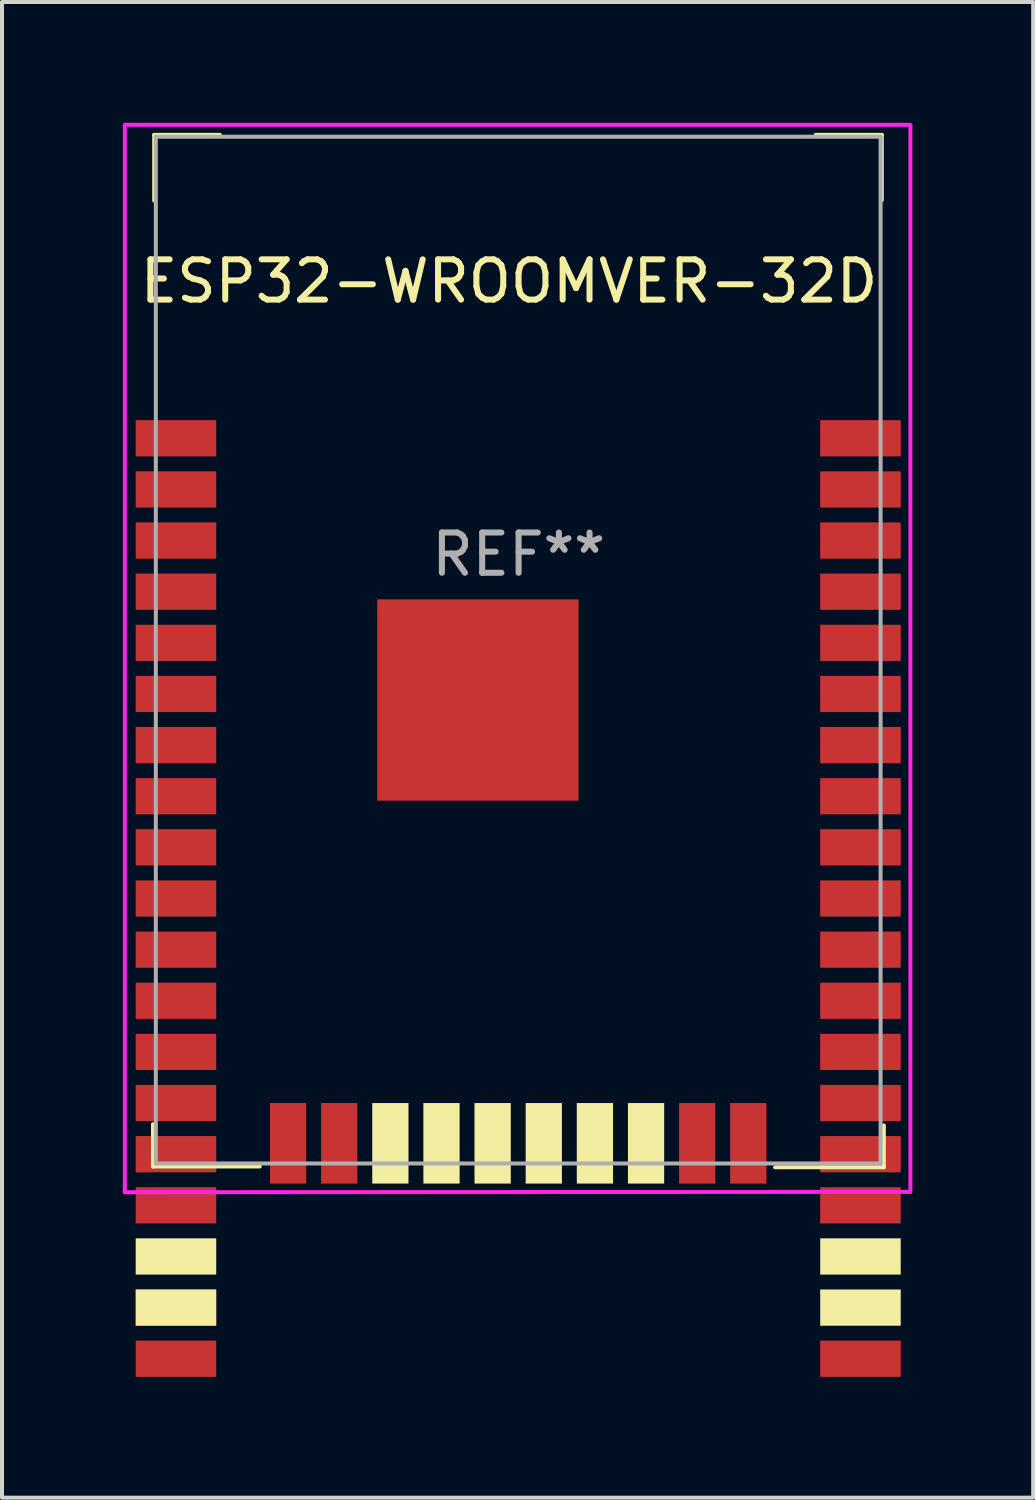
<source format=kicad_pcb>
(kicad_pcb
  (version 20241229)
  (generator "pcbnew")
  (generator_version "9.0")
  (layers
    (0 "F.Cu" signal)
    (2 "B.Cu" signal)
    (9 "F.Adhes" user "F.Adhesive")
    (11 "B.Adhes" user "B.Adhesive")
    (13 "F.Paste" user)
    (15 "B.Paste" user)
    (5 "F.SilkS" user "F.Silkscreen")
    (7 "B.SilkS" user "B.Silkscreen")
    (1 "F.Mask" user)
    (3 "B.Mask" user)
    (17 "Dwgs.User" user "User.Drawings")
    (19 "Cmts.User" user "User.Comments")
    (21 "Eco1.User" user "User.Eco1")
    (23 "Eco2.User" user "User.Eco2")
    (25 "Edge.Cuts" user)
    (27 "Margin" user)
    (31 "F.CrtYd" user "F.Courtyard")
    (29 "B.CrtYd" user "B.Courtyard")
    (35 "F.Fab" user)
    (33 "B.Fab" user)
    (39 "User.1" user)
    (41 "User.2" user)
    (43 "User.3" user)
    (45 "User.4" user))
  (footprint "ESP32-WROOMVER-32D"
    (layer "F.Cu")
    (at 9.82 16.09)
    (property "Reference" "ESP32-WROOMVER-32D" (at -0.229 -12.154 0) (layer "F.SilkS") (effects (font (size 1 1) (thickness 0.15))))
    (attr through_hole)
    (fp_line (start -9.07 8.78) (end -9.07 9.83) (stroke (width 0.1) (type solid)) (layer "F.SilkS"))
    (fp_line (start -9.07 9.83) (end -6.42 9.83) (stroke (width 0.1) (type solid)) (layer "F.SilkS"))
    (fp_line (start -9.04 -15.79) (end -7.41 -15.79) (stroke (width 0.1) (type solid)) (layer "F.SilkS"))
    (fp_line (start -9.04 -14.16) (end -9.04 -15.79) (stroke (width 0.1) (type solid)) (layer "F.SilkS"))
    (fp_line (start 9.03 -15.79) (end 7.39 -15.79) (stroke (width 0.1) (type solid)) (layer "F.SilkS"))
    (fp_line (start 9.03 -14.17) (end 9.03 -15.79) (stroke (width 0.1) (type solid)) (layer "F.SilkS"))
    (fp_line (start 9.08 8.81) (end 9.08 9.85) (stroke (width 0.1) (type solid)) (layer "F.SilkS"))
    (fp_line (start 9.08 9.85) (end 6.38 9.85) (stroke (width 0.1) (type solid)) (layer "F.SilkS"))
    (fp_line (start -9.77 -16.04) (end -9.77 10.47) (stroke (width 0.1) (type solid)) (layer "F.CrtYd"))
    (fp_line (start -9.77 10.47) (end 9.73 10.46) (stroke (width 0.1) (type solid)) (layer "F.CrtYd"))
    (fp_line (start 9.74 -16.04) (end -9.74 -16.04) (stroke (width 0.1) (type solid)) (layer "F.CrtYd"))
    (fp_line (start 9.74 10.46) (end 9.74 -16.02) (stroke (width 0.1) (type solid)) (layer "F.CrtYd"))
    (fp_line (start -9 -15.748) (end -9 9.755) (stroke (width 0.1) (type solid)) (layer "F.Fab"))
    (fp_line (start -9 -15.745) (end 9 -15.745) (stroke (width 0.1) (type solid)) (layer "F.Fab"))
    (fp_line (start -9 9.755) (end 9 9.755) (stroke (width 0.1) (type solid)) (layer "F.Fab"))
    (fp_line (start 9 -15.748) (end 9 9.755) (stroke (width 0.1) (type solid)) (layer "F.Fab"))
    (fp_text user "REF**" (at 0.01 -5.37 0) (layer "F.Fab") (effects (font (size 1 1) (thickness 0.15))))
    (pad "" smd rect (at -8.5 12.065) (size 2 0.9) (layers "F.SilkS"))
    (pad "" smd rect (at -3.175 9.255 90) (size 2 0.9) (layers "F.SilkS"))
    (pad "" smd rect (at -1.905 9.255 90) (size 2 0.9) (layers "F.SilkS"))
    (pad "" smd rect (at -0.635 9.255 90) (size 2 0.9) (layers "F.SilkS"))
    (pad "" smd rect (at 0.635 9.255 90) (size 2 0.9) (layers "F.SilkS"))
    (pad "" smd rect (at 1.905 9.255 90) (size 2 0.9) (layers "F.SilkS"))
    (pad "" smd rect (at 3.175 9.255 90) (size 2 0.9) (layers "F.SilkS"))
    (pad "" smd rect (at 8.5 12.065) (size 2 0.9) (layers "F.SilkS"))
    (pad "" smd rect (at 8.5 13.335) (size 2 0.9) (layers "F.SilkS"))
    (pad "1" smd rect (at -8.5 -8.255) (size 2 0.9) (layers "F.Cu" "F.Mask" "F.Paste"))
    (pad "2" smd rect (at -8.5 -6.985) (size 2 0.9) (layers "F.Cu" "F.Mask" "F.Paste"))
    (pad "3" smd rect (at -8.5 -5.715) (size 2 0.9) (layers "F.Cu" "F.Mask" "F.Paste"))
    (pad "4" smd rect (at -8.5 -4.445) (size 2 0.9) (layers "F.Cu" "F.Mask" "F.Paste"))
    (pad "5" smd rect (at -8.5 -3.175) (size 2 0.9) (layers "F.Cu" "F.Mask" "F.Paste"))
    (pad "6" smd rect (at -8.5 -1.905) (size 2 0.9) (layers "F.Cu" "F.Mask" "F.Paste"))
    (pad "7" smd rect (at -8.5 -0.635) (size 2 0.9) (layers "F.Cu" "F.Mask" "F.Paste"))
    (pad "8" smd rect (at -8.5 0.635) (size 2 0.9) (layers "F.Cu" "F.Mask" "F.Paste"))
    (pad "9" smd rect (at -8.5 1.905) (size 2 0.9) (layers "F.Cu" "F.Mask" "F.Paste"))
    (pad "10" smd rect (at -8.5 3.175) (size 2 0.9) (layers "F.Cu" "F.Mask" "F.Paste"))
    (pad "11" smd rect (at -8.5 4.445) (size 2 0.9) (layers "F.Cu" "F.Mask" "F.Paste"))
    (pad "12" smd rect (at -8.5 5.715) (size 2 0.9) (layers "F.Cu" "F.Mask" "F.Paste"))
    (pad "13" smd rect (at -8.5 6.985) (size 2 0.9) (layers "F.Cu" "F.Mask" "F.Paste"))
    (pad "13" smd rect (at -8.5 13.335) (size 2 0.9) (layers "F.Cu" "F.SilkS"))
    (pad "14" smd rect (at -8.5 8.255) (size 2 0.9) (layers "F.Cu" "F.Mask" "F.Paste"))
    (pad "15" smd rect (at -8.5 9.525) (size 2 0.9) (layers "F.Cu" "F.Mask" "F.Paste"))
    (pad "15" smd rect (at -5.715 9.255 90) (size 2 0.9) (layers "F.Cu" "F.Mask" "F.Paste"))
    (pad "16" smd rect (at -8.5 10.795) (size 2 0.9) (layers "F.Cu" "F.Mask" "F.Paste"))
    (pad "16" smd rect (at -4.445 9.255 90) (size 2 0.9) (layers "F.Cu" "F.Mask" "F.Paste"))
    (pad "19" smd rect (at -8.5 14.605) (size 2 0.9) (layers "F.Cu" "F.Mask" "F.Paste"))
    (pad "20" smd rect (at 8.5 14.605) (size 2 0.9) (layers "F.Cu" "F.Mask" "F.Paste"))
    (pad "23" smd rect (at 4.445 9.255 90) (size 2 0.9) (layers "F.Cu" "F.Mask" "F.Paste"))
    (pad "23" smd rect (at 8.5 10.795) (size 2 0.9) (layers "F.Cu" "F.Mask" "F.Paste"))
    (pad "24" smd rect (at 5.715 9.255 90) (size 2 0.9) (layers "F.Cu" "F.Mask" "F.Paste"))
    (pad "24" smd rect (at 8.5 9.525) (size 2 0.9) (layers "F.Cu" "F.Mask" "F.Paste"))
    (pad "25" smd rect (at 8.5 8.255) (size 2 0.9) (layers "F.Cu" "F.Mask" "F.Paste"))
    (pad "26" smd rect (at 8.5 6.985) (size 2 0.9) (layers "F.Cu" "F.Mask" "F.Paste"))
    (pad "27" smd rect (at 8.5 5.715) (size 2 0.9) (layers "F.Cu" "F.Mask" "F.Paste"))
    (pad "28" smd rect (at 8.5 4.445) (size 2 0.9) (layers "F.Cu" "F.Mask" "F.Paste"))
    (pad "29" smd rect (at 8.5 3.175) (size 2 0.9) (layers "F.Cu" "F.Mask" "F.Paste"))
    (pad "30" smd rect (at 8.5 1.905) (size 2 0.9) (layers "F.Cu" "F.Mask" "F.Paste"))
    (pad "31" smd rect (at 8.5 0.635) (size 2 0.9) (layers "F.Cu" "F.Mask" "F.Paste"))
    (pad "32" smd rect (at 8.5 -0.635) (size 2 0.9) (layers "F.Cu" "F.Mask" "F.Paste"))
    (pad "33" smd rect (at 8.5 -1.905) (size 2 0.9) (layers "F.Cu" "F.Mask" "F.Paste"))
    (pad "34" smd rect (at 8.5 -3.175) (size 2 0.9) (layers "F.Cu" "F.Mask" "F.Paste"))
    (pad "35" smd rect (at 8.5 -4.445) (size 2 0.9) (layers "F.Cu" "F.Mask" "F.Paste"))
    (pad "36" smd rect (at 8.5 -5.715) (size 2 0.9) (layers "F.Cu" "F.Mask" "F.Paste"))
    (pad "37" smd rect (at 8.5 -6.985) (size 2 0.9) (layers "F.Cu" "F.Mask" "F.Paste"))
    (pad "38" smd rect (at 8.5 -8.255) (size 2 0.9) (layers "F.Cu" "F.Mask" "F.Paste"))
    (pad "39" smd rect (at -1 -1.755) (size 5 5) (layers "F.Cu" "F.Mask" "F.Paste")))
  (gr_rect
    (start -3 -3)
    (end 22.61 34.145)
    (stroke (width 0.1) (type default))
    (fill no)
    (layer "Edge.Cuts")))
</source>
